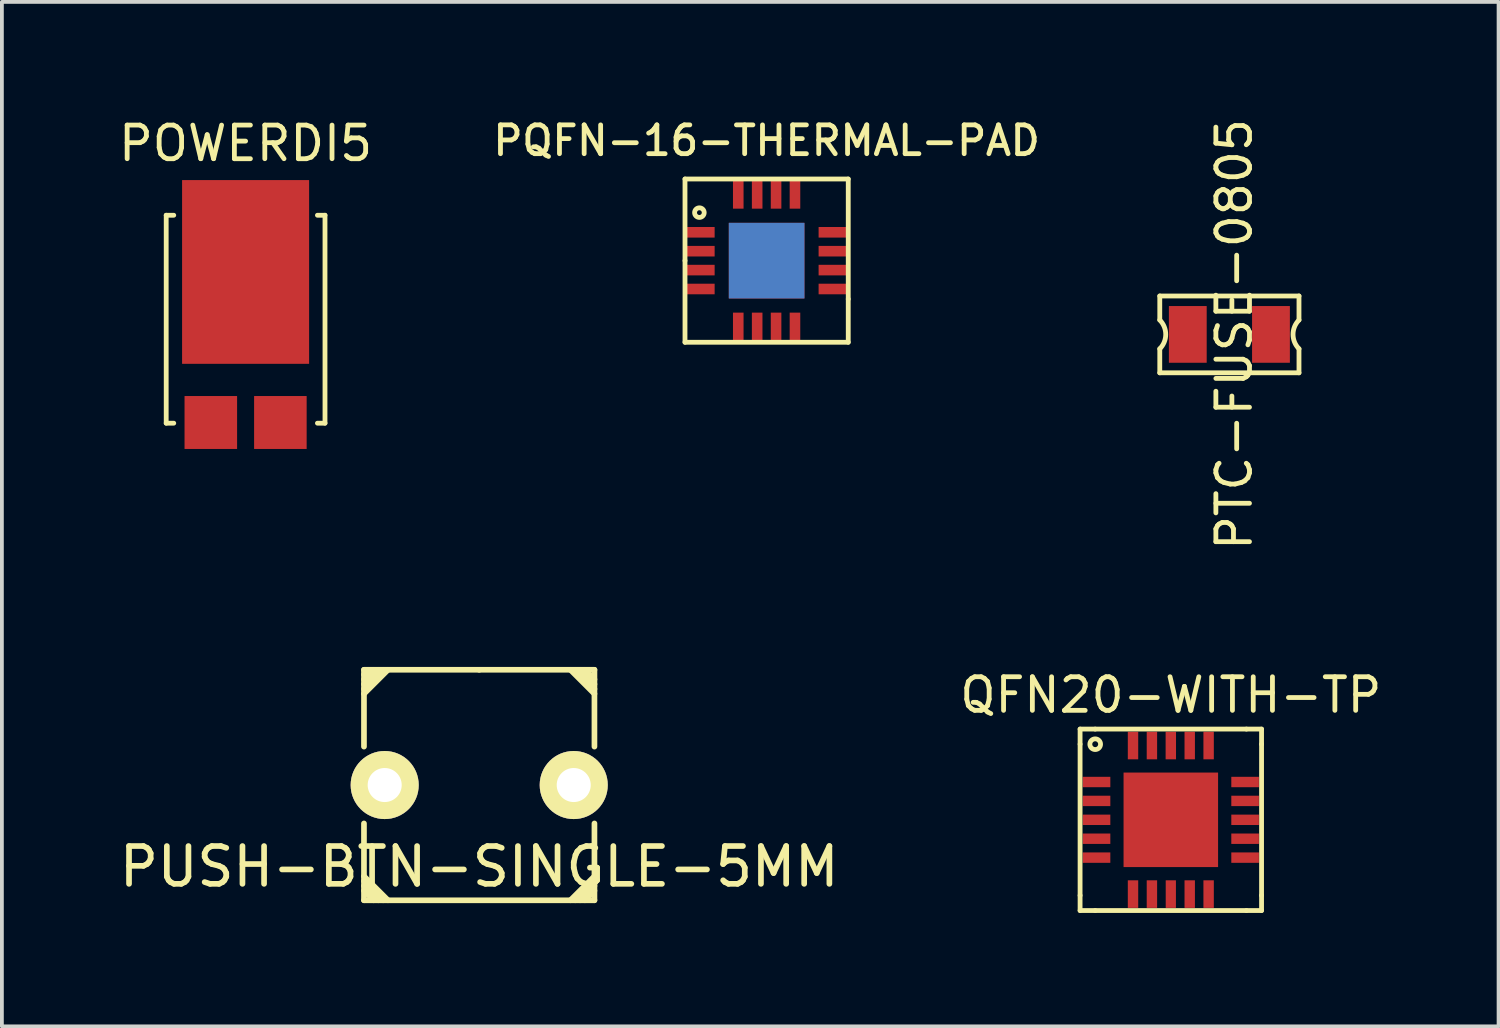
<source format=kicad_pcb>
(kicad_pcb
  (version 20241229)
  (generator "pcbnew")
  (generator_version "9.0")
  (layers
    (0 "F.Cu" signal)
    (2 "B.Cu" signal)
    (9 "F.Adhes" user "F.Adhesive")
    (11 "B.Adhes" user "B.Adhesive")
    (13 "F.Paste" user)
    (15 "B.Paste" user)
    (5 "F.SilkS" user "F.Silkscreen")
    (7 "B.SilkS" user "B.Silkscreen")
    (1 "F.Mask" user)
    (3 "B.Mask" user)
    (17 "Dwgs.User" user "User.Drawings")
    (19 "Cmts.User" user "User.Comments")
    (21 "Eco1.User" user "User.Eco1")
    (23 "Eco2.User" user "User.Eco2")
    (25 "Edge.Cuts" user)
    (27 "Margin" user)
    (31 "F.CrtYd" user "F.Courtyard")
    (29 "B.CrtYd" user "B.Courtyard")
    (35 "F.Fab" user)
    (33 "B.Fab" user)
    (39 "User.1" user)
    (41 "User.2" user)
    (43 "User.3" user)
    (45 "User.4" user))
  (footprint "PQFN-16-THERMAL-PAD"
    (layer "F.Cu")
    (at 17.227 3.844)
    (property "Reference" "PQFN-16-THERMAL-PAD" (at 0 -3.175 0) (layer "F.SilkS") (effects (font (size 0.762 0.762) (thickness 0.127))))
    (attr through_hole)
    (fp_line (start -2.159 -2.159) (end 2.159 -2.159) (stroke (width 0.127) (type solid)) (layer "F.SilkS"))
    (fp_line (start -2.159 0) (end -2.159 -2.159) (stroke (width 0.127) (type solid)) (layer "F.SilkS"))
    (fp_line (start -2.159 2.159) (end -2.159 0) (stroke (width 0.127) (type solid)) (layer "F.SilkS"))
    (fp_line (start 2.159 -2.159) (end 2.159 1.016) (stroke (width 0.127) (type solid)) (layer "F.SilkS"))
    (fp_line (start 2.159 1.016) (end 2.159 2.159) (stroke (width 0.127) (type solid)) (layer "F.SilkS"))
    (fp_line (start 2.159 2.159) (end -2.159 2.159) (stroke (width 0.127) (type solid)) (layer "F.SilkS"))
    (fp_circle (center -1.778 -1.27) (end -1.778 -1.143) (stroke (width 0.127) (type solid)) (fill no) (layer "F.SilkS"))
    (pad "1" smd rect (at -1.775 -0.75) (size 0.8 0.28) (layers "F.Cu" "F.Mask" "F.Paste"))
    (pad "2" smd rect (at -1.775 -0.25) (size 0.8 0.28) (layers "F.Cu" "F.Mask" "F.Paste"))
    (pad "3" smd rect (at -1.775 0.25) (size 0.8 0.28) (layers "F.Cu" "F.Mask" "F.Paste"))
    (pad "4" smd rect (at -1.775 0.75) (size 0.8 0.28) (layers "F.Cu" "F.Mask" "F.Paste"))
    (pad "5" smd rect (at -0.75 1.775) (size 0.28 0.8) (layers "F.Cu" "F.Mask" "F.Paste"))
    (pad "6" smd rect (at -0.25 1.775) (size 0.28 0.8) (layers "F.Cu" "F.Mask" "F.Paste"))
    (pad "7" smd rect (at 0.25 1.775) (size 0.28 0.8) (layers "F.Cu" "F.Mask" "F.Paste"))
    (pad "8" smd rect (at 0.75 1.775) (size 0.28 0.8) (layers "F.Cu" "F.Mask" "F.Paste"))
    (pad "9" smd rect (at 1.775 0.75) (size 0.8 0.28) (layers "F.Cu" "F.Mask" "F.Paste"))
    (pad "10" smd rect (at 1.775 0.25) (size 0.8 0.28) (layers "F.Cu" "F.Mask" "F.Paste"))
    (pad "11" smd rect (at 1.775 -0.25) (size 0.8 0.28) (layers "F.Cu" "F.Mask" "F.Paste"))
    (pad "12" smd rect (at 1.775 -0.75) (size 0.8 0.28) (layers "F.Cu" "F.Mask" "F.Paste"))
    (pad "13" smd rect (at 0.75 -1.775) (size 0.28 0.8) (layers "F.Cu" "F.Mask" "F.Paste"))
    (pad "14" smd rect (at 0.25 -1.775) (size 0.28 0.8) (layers "F.Cu" "F.Mask" "F.Paste"))
    (pad "15" smd rect (at -0.25 -1.775) (size 0.28 0.8) (layers "F.Cu" "F.Mask" "F.Paste"))
    (pad "16" smd rect (at -0.75 -1.775) (size 0.28 0.8) (layers "F.Cu" "F.Mask" "F.Paste"))
    (pad "17" smd rect (at 0 0) (size 2 2) (layers "F.Cu" "F.Mask" "F.Paste"))
    (pad "18" smd rect (at 0 0) (size 2 2) (layers "B.Cu" "B.Mask" "B.Paste")))
  (footprint "PTC-FUSE-0805"
    (layer "F.Cu")
    (at 29.467 5.795)
    (property "Reference" "PTC-FUSE-0805" (at 0.127 0 90) (layer "F.SilkS") (effects (font (size 0.889 0.889) (thickness 0.127))))
    (attr through_hole)
    (fp_line (start -1.841 -1.016) (end -1.841 -0.381) (stroke (width 0.127) (type solid)) (layer "F.SilkS"))
    (fp_line (start -1.841 0.381) (end -1.841 1.016) (stroke (width 0.127) (type solid)) (layer "F.SilkS"))
    (fp_line (start -1.841 1.016) (end 1.841 1.016) (stroke (width 0.127) (type solid)) (layer "F.SilkS"))
    (fp_line (start 1.841 -1.016) (end -1.841 -1.016) (stroke (width 0.127) (type solid)) (layer "F.SilkS"))
    (fp_line (start 1.841 -0.381) (end 1.841 -1.016) (stroke (width 0.127) (type solid)) (layer "F.SilkS"))
    (fp_line (start 1.841 1.016) (end 1.841 0.381) (stroke (width 0.127) (type solid)) (layer "F.SilkS"))
    (fp_arc (start -1.8415 -0.381) (mid -1.683685 0) (end -1.8415 0.381) (stroke (width 0.127) (type solid)) (layer "F.SilkS"))
    (fp_arc (start 1.8415 0.381) (mid 1.683685 0) (end 1.8415 -0.381) (stroke (width 0.127) (type solid)) (layer "F.SilkS"))
    (pad "1" smd rect (at -1.1 0) (size 1 1.5) (layers "F.Cu" "F.Mask" "F.Paste"))
    (pad "2" smd rect (at 1.1 0) (size 1 1.5) (layers "F.Cu" "F.Mask" "F.Paste")))
  (footprint "PUSH-BTN-SINGLE-5MM"
    (layer "F.Cu")
    (at 9.625 17.714)
    (property "Reference" "PUSH-BTN-SINGLE-5MM" (at 0 2.159 0) (layer "F.SilkS") (effects (font (size 1 1) (thickness 0.15))))
    (attr through_hole)
    (fp_line (start -3.048 -3.048) (end 0 -3.048) (stroke (width 0.15) (type solid)) (layer "F.SilkS"))
    (fp_line (start -3.048 -2.794) (end -2.794 -3.048) (stroke (width 0.15) (type solid)) (layer "F.SilkS"))
    (fp_line (start -3.048 -2.667) (end -2.667 -3.048) (stroke (width 0.15) (type solid)) (layer "F.SilkS"))
    (fp_line (start -3.048 -2.54) (end -2.54 -3.048) (stroke (width 0.15) (type solid)) (layer "F.SilkS"))
    (fp_line (start -3.048 -2.413) (end -2.413 -3.048) (stroke (width 0.15) (type solid)) (layer "F.SilkS"))
    (fp_line (start -3.048 -1.016) (end -3.048 -3.048) (stroke (width 0.15) (type solid)) (layer "F.SilkS"))
    (fp_line (start -3.048 2.413) (end -2.413 3.048) (stroke (width 0.15) (type solid)) (layer "F.SilkS"))
    (fp_line (start -3.048 2.54) (end -2.54 3.048) (stroke (width 0.15) (type solid)) (layer "F.SilkS"))
    (fp_line (start -3.048 2.794) (end -2.794 3.048) (stroke (width 0.15) (type solid)) (layer "F.SilkS"))
    (fp_line (start -3.048 3.048) (end -3.048 1.016) (stroke (width 0.15) (type solid)) (layer "F.SilkS"))
    (fp_line (start -2.921 -3.048) (end -3.048 -2.921) (stroke (width 0.15) (type solid)) (layer "F.SilkS"))
    (fp_line (start -2.667 3.048) (end -3.048 2.667) (stroke (width 0.15) (type solid)) (layer "F.SilkS"))
    (fp_line (start 0 -3.048) (end 3.048 -3.048) (stroke (width 0.15) (type solid)) (layer "F.SilkS"))
    (fp_line (start 2.54 3.048) (end 3.048 2.54) (stroke (width 0.15) (type solid)) (layer "F.SilkS"))
    (fp_line (start 2.667 -3.048) (end 3.048 -2.667) (stroke (width 0.15) (type solid)) (layer "F.SilkS"))
    (fp_line (start 2.794 3.048) (end 3.048 2.794) (stroke (width 0.15) (type solid)) (layer "F.SilkS"))
    (fp_line (start 3.048 -3.048) (end 3.048 -1.016) (stroke (width 0.15) (type solid)) (layer "F.SilkS"))
    (fp_line (start 3.048 -2.794) (end 2.794 -3.048) (stroke (width 0.15) (type solid)) (layer "F.SilkS"))
    (fp_line (start 3.048 -2.54) (end 2.54 -3.048) (stroke (width 0.15) (type solid)) (layer "F.SilkS"))
    (fp_line (start 3.048 -2.413) (end 2.413 -3.048) (stroke (width 0.15) (type solid)) (layer "F.SilkS"))
    (fp_line (start 3.048 1.016) (end 3.048 3.048) (stroke (width 0.15) (type solid)) (layer "F.SilkS"))
    (fp_line (start 3.048 2.413) (end 2.413 3.048) (stroke (width 0.15) (type solid)) (layer "F.SilkS"))
    (fp_line (start 3.048 2.667) (end 2.667 3.048) (stroke (width 0.15) (type solid)) (layer "F.SilkS"))
    (fp_line (start 3.048 3.048) (end -3.048 3.048) (stroke (width 0.15) (type solid)) (layer "F.SilkS"))
    (pad "1" thru_hole circle (at -2.5 0) (size 1.8 1.8) (drill 0.9) (layers "*.Cu" "*.Mask" "F.SilkS"))
    (pad "2" thru_hole circle (at 2.5 0) (size 1.8 1.8) (drill 0.9) (layers "*.Cu" "*.Mask" "F.SilkS")))
  (footprint "QFN20-WITH-TP"
    (layer "F.Cu")
    (at 27.918 18.634)
    (property "Reference" "QFN20-WITH-TP" (at 0 -3.3 0) (layer "F.SilkS") (effects (font (size 0.889 0.889) (thickness 0.127))))
    (attr through_hole)
    (fp_line (start -2.4 -2.4) (end -2.4 -2) (stroke (width 0.127) (type solid)) (layer "F.SilkS"))
    (fp_line (start -2.4 -2.4) (end -2 -2.4) (stroke (width 0.127) (type solid)) (layer "F.SilkS"))
    (fp_line (start -2.4 -2) (end -2.4 2) (stroke (width 0.127) (type solid)) (layer "F.SilkS"))
    (fp_line (start -2.4 2.4) (end -2.4 2) (stroke (width 0.127) (type solid)) (layer "F.SilkS"))
    (fp_line (start -2.4 2.4) (end -2 2.4) (stroke (width 0.127) (type solid)) (layer "F.SilkS"))
    (fp_line (start -2 -2.4) (end 2 -2.4) (stroke (width 0.127) (type solid)) (layer "F.SilkS"))
    (fp_line (start -2 2.4) (end 2 2.4) (stroke (width 0.127) (type solid)) (layer "F.SilkS"))
    (fp_line (start 2.4 -2.4) (end 2 -2.4) (stroke (width 0.127) (type solid)) (layer "F.SilkS"))
    (fp_line (start 2.4 -2.4) (end 2.4 -2) (stroke (width 0.127) (type solid)) (layer "F.SilkS"))
    (fp_line (start 2.4 2) (end 2.4 -2) (stroke (width 0.127) (type solid)) (layer "F.SilkS"))
    (fp_line (start 2.4 2.4) (end 2 2.4) (stroke (width 0.127) (type solid)) (layer "F.SilkS"))
    (fp_line (start 2.4 2.4) (end 2.4 2) (stroke (width 0.127) (type solid)) (layer "F.SilkS"))
    (fp_circle (center -2 -2) (end -1.9 -1.9) (stroke (width 0.127) (type solid)) (fill no) (layer "F.SilkS"))
    (pad "1" smd rect (at -1.965 -1) (size 0.73 0.275) (layers "F.Cu" "F.Mask" "F.Paste"))
    (pad "2" smd rect (at -1.965 -0.5) (size 0.73 0.275) (layers "F.Cu" "F.Mask" "F.Paste"))
    (pad "3" smd rect (at -1.965 0) (size 0.73 0.275) (layers "F.Cu" "F.Mask" "F.Paste"))
    (pad "4" smd rect (at -1.965 0.5) (size 0.73 0.275) (layers "F.Cu" "F.Mask" "F.Paste"))
    (pad "5" smd rect (at -1.965 1) (size 0.73 0.275) (layers "F.Cu" "F.Mask" "F.Paste"))
    (pad "6" smd rect (at -1 1.965) (size 0.275 0.73) (layers "F.Cu" "F.Mask" "F.Paste"))
    (pad "7" smd rect (at -0.5 1.965) (size 0.275 0.73) (layers "F.Cu" "F.Mask" "F.Paste"))
    (pad "8" smd rect (at 0 1.965) (size 0.27 0.73) (layers "F.Cu" "F.Mask" "F.Paste"))
    (pad "9" smd rect (at 0.5 1.965) (size 0.275 0.73) (layers "F.Cu" "F.Mask" "F.Paste"))
    (pad "10" smd rect (at 1 1.965) (size 0.275 0.73) (layers "F.Cu" "F.Mask" "F.Paste"))
    (pad "11" smd rect (at 1.965 1) (size 0.73 0.275) (layers "F.Cu" "F.Mask" "F.Paste"))
    (pad "12" smd rect (at 1.965 0.5) (size 0.73 0.275) (layers "F.Cu" "F.Mask" "F.Paste"))
    (pad "13" smd rect (at 1.965 0) (size 0.73 0.275) (layers "F.Cu" "F.Mask" "F.Paste"))
    (pad "14" smd rect (at 1.965 -0.5) (size 0.73 0.275) (layers "F.Cu" "F.Mask" "F.Paste"))
    (pad "15" smd rect (at 1.965 -1) (size 0.73 0.275) (layers "F.Cu" "F.Mask" "F.Paste"))
    (pad "16" smd rect (at 1 -1.965) (size 0.275 0.73) (layers "F.Cu" "F.Mask" "F.Paste"))
    (pad "17" smd rect (at 0.5 -1.965) (size 0.275 0.73) (layers "F.Cu" "F.Mask" "F.Paste"))
    (pad "18" smd rect (at 0 -1.965) (size 0.275 0.73) (layers "F.Cu" "F.Mask" "F.Paste"))
    (pad "19" smd rect (at -0.5 -1.965) (size 0.275 0.73) (layers "F.Cu" "F.Mask" "F.Paste"))
    (pad "20" smd rect (at -1 -1.965) (size 0.275 0.73) (layers "F.Cu" "F.Mask" "F.Paste"))
    (pad "21" smd rect (at 0 0) (size 2.5 2.5) (layers "F.Cu" "F.Mask" "F.Paste")))
  (footprint "POWERDI5"
    (layer "F.Cu")
    (at 3.446 4.143)
    (property "Reference" "POWERDI5" (at 0 -3.4 0) (layer "F.SilkS") (effects (font (size 0.889 0.889) (thickness 0.127))))
    (attr through_hole)
    (fp_line (start -2.1 -1.5) (end -1.9 -1.5) (stroke (width 0.127) (type solid)) (layer "F.SilkS"))
    (fp_line (start -2.1 4) (end -2.1 -1.5) (stroke (width 0.127) (type solid)) (layer "F.SilkS"))
    (fp_line (start -1.9 4) (end -2.1 4) (stroke (width 0.127) (type solid)) (layer "F.SilkS"))
    (fp_line (start 2.1 -1.5) (end 1.9 -1.5) (stroke (width 0.127) (type solid)) (layer "F.SilkS"))
    (fp_line (start 2.1 4) (end 1.9 4) (stroke (width 0.127) (type solid)) (layer "F.SilkS"))
    (fp_line (start 2.1 4) (end 2.1 -1.5) (stroke (width 0.127) (type solid)) (layer "F.SilkS"))
    (pad "1" smd rect (at 0 0) (size 3.36 4.86) (layers "F.Cu" "F.Mask" "F.Paste"))
    (pad "2" smd rect (at -0.92 3.982) (size 1.39 1.4) (layers "F.Cu" "F.Mask" "F.Paste"))
    (pad "2" smd rect (at 0.92 3.982) (size 1.39 1.4) (layers "F.Cu" "F.Mask" "F.Paste")))
  (gr_rect
    (start -3 -3)
    (end 36.587 24.097)
    (stroke (width 0.1) (type default))
    (fill no)
    (layer "Edge.Cuts")))
</source>
